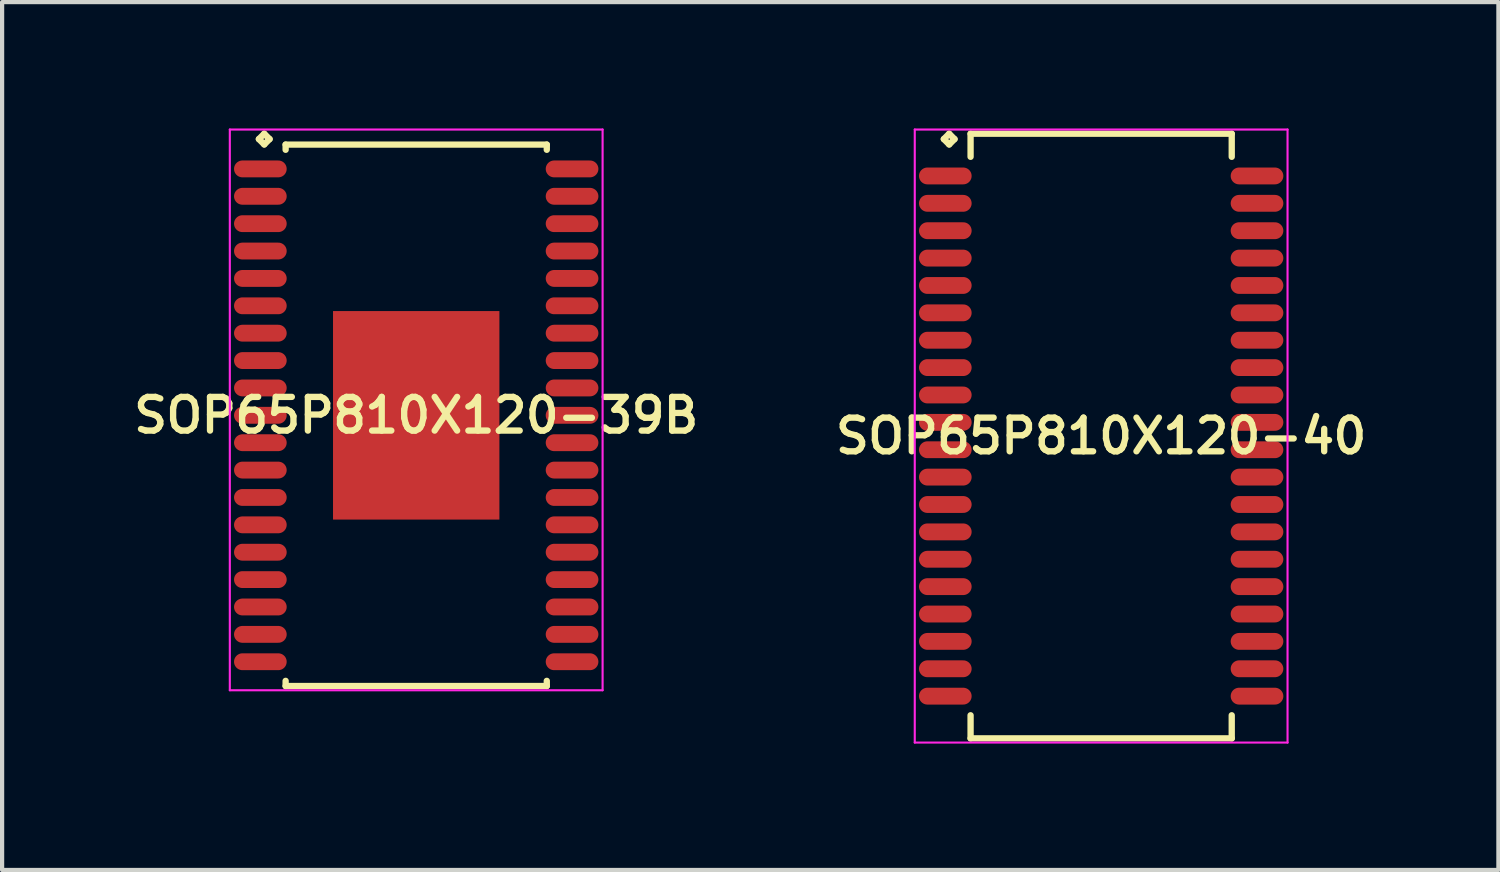
<source format=kicad_pcb>
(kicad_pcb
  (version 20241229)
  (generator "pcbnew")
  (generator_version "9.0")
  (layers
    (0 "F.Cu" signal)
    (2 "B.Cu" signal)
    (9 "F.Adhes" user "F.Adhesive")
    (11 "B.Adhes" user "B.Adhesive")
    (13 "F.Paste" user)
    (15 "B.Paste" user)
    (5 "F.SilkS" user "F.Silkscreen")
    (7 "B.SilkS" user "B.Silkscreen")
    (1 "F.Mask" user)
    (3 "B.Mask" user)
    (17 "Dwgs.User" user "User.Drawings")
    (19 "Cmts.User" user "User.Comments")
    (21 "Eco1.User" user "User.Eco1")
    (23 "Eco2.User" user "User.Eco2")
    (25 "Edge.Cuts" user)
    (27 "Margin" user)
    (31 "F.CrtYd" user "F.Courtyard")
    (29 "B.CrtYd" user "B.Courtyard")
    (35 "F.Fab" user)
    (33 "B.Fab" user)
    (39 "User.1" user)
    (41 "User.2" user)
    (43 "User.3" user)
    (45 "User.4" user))
  (footprint "SOP65P810X120-39B"
    (layer "F.Cu")
    (at 6.831 6.81)
    (property "Reference" "SOP65P810X120-39B" (at 0 0 0) (layer "F.SilkS") (effects (font (size 0.8 0.8) (thickness 0.15))))
    (attr smd)
    (fp_line (start -3.735 -6.558) (end -3.608 -6.685) (stroke (width 0.15) (type solid)) (layer "F.SilkS"))
    (fp_line (start -3.608 -6.685) (end -3.481 -6.558) (stroke (width 0.15) (type solid)) (layer "F.SilkS"))
    (fp_line (start -3.608 -6.431) (end -3.735 -6.558) (stroke (width 0.15) (type solid)) (layer "F.SilkS"))
    (fp_line (start -3.481 -6.558) (end -3.608 -6.431) (stroke (width 0.15) (type solid)) (layer "F.SilkS"))
    (fp_line (start -3.1 -6.427) (end 3.1 -6.427) (stroke (width 0.15) (type solid)) (layer "F.SilkS"))
    (fp_line (start -3.1 -6.304) (end -3.1 -6.427) (stroke (width 0.15) (type solid)) (layer "F.SilkS"))
    (fp_line (start -3.1 6.304) (end -3.1 6.427) (stroke (width 0.15) (type solid)) (layer "F.SilkS"))
    (fp_line (start -3.1 6.427) (end 3.1 6.427) (stroke (width 0.15) (type solid)) (layer "F.SilkS"))
    (fp_line (start 3.1 -6.427) (end 3.1 -6.304) (stroke (width 0.15) (type solid)) (layer "F.SilkS"))
    (fp_line (start 3.1 6.427) (end 3.1 6.304) (stroke (width 0.15) (type solid)) (layer "F.SilkS"))
    (fp_line (start -4.425 -6.785) (end 4.425 -6.785) (stroke (width 0.05) (type solid)) (layer "F.CrtYd"))
    (fp_line (start -4.425 6.527) (end -4.425 -6.785) (stroke (width 0.05) (type solid)) (layer "F.CrtYd"))
    (fp_line (start 4.425 -6.785) (end 4.425 6.527) (stroke (width 0.05) (type solid)) (layer "F.CrtYd"))
    (fp_line (start 4.425 6.527) (end -4.425 6.527) (stroke (width 0.05) (type solid)) (layer "F.CrtYd"))
    (pad "1" smd oval (at -3.7 -5.85) (size 1.25 0.4) (layers "F.Cu" "F.Mask" "F.Paste"))
    (pad "2" smd oval (at -3.7 -5.2) (size 1.25 0.4) (layers "F.Cu" "F.Mask" "F.Paste"))
    (pad "3" smd oval (at -3.7 -4.55) (size 1.25 0.4) (layers "F.Cu" "F.Mask" "F.Paste"))
    (pad "4" smd oval (at -3.7 -3.9) (size 1.25 0.4) (layers "F.Cu" "F.Mask" "F.Paste"))
    (pad "5" smd oval (at -3.7 -3.25) (size 1.25 0.4) (layers "F.Cu" "F.Mask" "F.Paste"))
    (pad "6" smd oval (at -3.7 -2.6) (size 1.25 0.4) (layers "F.Cu" "F.Mask" "F.Paste"))
    (pad "7" smd oval (at -3.7 -1.95) (size 1.25 0.4) (layers "F.Cu" "F.Mask" "F.Paste"))
    (pad "8" smd oval (at -3.7 -1.3) (size 1.25 0.4) (layers "F.Cu" "F.Mask" "F.Paste"))
    (pad "9" smd oval (at -3.7 -0.65) (size 1.25 0.4) (layers "F.Cu" "F.Mask" "F.Paste"))
    (pad "10" smd oval (at -3.7 0) (size 1.25 0.4) (layers "F.Cu" "F.Mask" "F.Paste"))
    (pad "11" smd oval (at -3.7 0.65) (size 1.25 0.4) (layers "F.Cu" "F.Mask" "F.Paste"))
    (pad "12" smd oval (at -3.7 1.3) (size 1.25 0.4) (layers "F.Cu" "F.Mask" "F.Paste"))
    (pad "13" smd oval (at -3.7 1.95) (size 1.25 0.4) (layers "F.Cu" "F.Mask" "F.Paste"))
    (pad "14" smd oval (at -3.7 2.6) (size 1.25 0.4) (layers "F.Cu" "F.Mask" "F.Paste"))
    (pad "15" smd oval (at -3.7 3.25) (size 1.25 0.4) (layers "F.Cu" "F.Mask" "F.Paste"))
    (pad "16" smd oval (at -3.7 3.9) (size 1.25 0.4) (layers "F.Cu" "F.Mask" "F.Paste"))
    (pad "17" smd oval (at -3.7 4.55) (size 1.25 0.4) (layers "F.Cu" "F.Mask" "F.Paste"))
    (pad "18" smd oval (at -3.7 5.2) (size 1.25 0.4) (layers "F.Cu" "F.Mask" "F.Paste"))
    (pad "19" smd oval (at -3.7 5.85) (size 1.25 0.4) (layers "F.Cu" "F.Mask" "F.Paste"))
    (pad "20" smd oval (at 3.7 5.85) (size 1.25 0.4) (layers "F.Cu" "F.Mask" "F.Paste"))
    (pad "21" smd oval (at 3.7 5.2) (size 1.25 0.4) (layers "F.Cu" "F.Mask" "F.Paste"))
    (pad "22" smd oval (at 3.7 4.55) (size 1.25 0.4) (layers "F.Cu" "F.Mask" "F.Paste"))
    (pad "23" smd oval (at 3.7 3.9) (size 1.25 0.4) (layers "F.Cu" "F.Mask" "F.Paste"))
    (pad "24" smd oval (at 3.7 3.25) (size 1.25 0.4) (layers "F.Cu" "F.Mask" "F.Paste"))
    (pad "25" smd oval (at 3.7 2.6) (size 1.25 0.4) (layers "F.Cu" "F.Mask" "F.Paste"))
    (pad "26" smd oval (at 3.7 1.95) (size 1.25 0.4) (layers "F.Cu" "F.Mask" "F.Paste"))
    (pad "27" smd oval (at 3.7 1.3) (size 1.25 0.4) (layers "F.Cu" "F.Mask" "F.Paste"))
    (pad "28" smd oval (at 3.7 0.65) (size 1.25 0.4) (layers "F.Cu" "F.Mask" "F.Paste"))
    (pad "29" smd oval (at 3.7 0) (size 1.25 0.4) (layers "F.Cu" "F.Mask" "F.Paste"))
    (pad "30" smd oval (at 3.7 -0.65) (size 1.25 0.4) (layers "F.Cu" "F.Mask" "F.Paste"))
    (pad "31" smd oval (at 3.7 -1.3) (size 1.25 0.4) (layers "F.Cu" "F.Mask" "F.Paste"))
    (pad "32" smd oval (at 3.7 -1.95) (size 1.25 0.4) (layers "F.Cu" "F.Mask" "F.Paste"))
    (pad "33" smd oval (at 3.7 -2.6) (size 1.25 0.4) (layers "F.Cu" "F.Mask" "F.Paste"))
    (pad "34" smd oval (at 3.7 -3.25) (size 1.25 0.4) (layers "F.Cu" "F.Mask" "F.Paste"))
    (pad "35" smd oval (at 3.7 -3.9) (size 1.25 0.4) (layers "F.Cu" "F.Mask" "F.Paste"))
    (pad "36" smd oval (at 3.7 -4.55) (size 1.25 0.4) (layers "F.Cu" "F.Mask" "F.Paste"))
    (pad "37" smd oval (at 3.7 -5.2) (size 1.25 0.4) (layers "F.Cu" "F.Mask" "F.Paste"))
    (pad "38" smd oval (at 3.7 -5.85) (size 1.25 0.4) (layers "F.Cu" "F.Mask" "F.Paste"))
    (pad "39" smd rect (at 0 0) (size 3.95 4.95) (layers "F.Cu" "F.Mask" "F.Paste")))
  (footprint "SOP65P810X120-40"
    (layer "F.Cu")
    (at 23.092 7.302)
    (property "Reference" "SOP65P810X120-40" (at 0 0 0) (layer "F.SilkS") (effects (font (size 0.8 0.8) (thickness 0.15))))
    (attr smd)
    (fp_line (start -3.735 -7.05) (end -3.608 -7.177) (stroke (width 0.15) (type solid)) (layer "F.SilkS"))
    (fp_line (start -3.608 -7.177) (end -3.481 -7.05) (stroke (width 0.15) (type solid)) (layer "F.SilkS"))
    (fp_line (start -3.608 -6.923) (end -3.735 -7.05) (stroke (width 0.15) (type solid)) (layer "F.SilkS"))
    (fp_line (start -3.481 -7.05) (end -3.608 -6.923) (stroke (width 0.15) (type solid)) (layer "F.SilkS"))
    (fp_line (start -3.1 -7.177) (end 3.1 -7.177) (stroke (width 0.15) (type solid)) (layer "F.SilkS"))
    (fp_line (start -3.1 -6.629) (end -3.1 -7.177) (stroke (width 0.15) (type solid)) (layer "F.SilkS"))
    (fp_line (start -3.1 6.629) (end -3.1 7.177) (stroke (width 0.15) (type solid)) (layer "F.SilkS"))
    (fp_line (start -3.1 7.177) (end 3.1 7.177) (stroke (width 0.15) (type solid)) (layer "F.SilkS"))
    (fp_line (start 3.1 -7.177) (end 3.1 -6.629) (stroke (width 0.15) (type solid)) (layer "F.SilkS"))
    (fp_line (start 3.1 7.177) (end 3.1 6.629) (stroke (width 0.15) (type solid)) (layer "F.SilkS"))
    (fp_line (start -4.425 -7.277) (end 4.425 -7.277) (stroke (width 0.05) (type solid)) (layer "F.CrtYd"))
    (fp_line (start -4.425 7.277) (end -4.425 -7.277) (stroke (width 0.05) (type solid)) (layer "F.CrtYd"))
    (fp_line (start 4.425 -7.277) (end 4.425 7.277) (stroke (width 0.05) (type solid)) (layer "F.CrtYd"))
    (fp_line (start 4.425 7.277) (end -4.425 7.277) (stroke (width 0.05) (type solid)) (layer "F.CrtYd"))
    (pad "1" smd oval (at -3.7 -6.175) (size 1.25 0.4) (layers "F.Cu" "F.Mask" "F.Paste"))
    (pad "2" smd oval (at -3.7 -5.525) (size 1.25 0.4) (layers "F.Cu" "F.Mask" "F.Paste"))
    (pad "3" smd oval (at -3.7 -4.875) (size 1.25 0.4) (layers "F.Cu" "F.Mask" "F.Paste"))
    (pad "4" smd oval (at -3.7 -4.225) (size 1.25 0.4) (layers "F.Cu" "F.Mask" "F.Paste"))
    (pad "5" smd oval (at -3.7 -3.575) (size 1.25 0.4) (layers "F.Cu" "F.Mask" "F.Paste"))
    (pad "6" smd oval (at -3.7 -2.925) (size 1.25 0.4) (layers "F.Cu" "F.Mask" "F.Paste"))
    (pad "7" smd oval (at -3.7 -2.275) (size 1.25 0.4) (layers "F.Cu" "F.Mask" "F.Paste"))
    (pad "8" smd oval (at -3.7 -1.625) (size 1.25 0.4) (layers "F.Cu" "F.Mask" "F.Paste"))
    (pad "9" smd oval (at -3.7 -0.975) (size 1.25 0.4) (layers "F.Cu" "F.Mask" "F.Paste"))
    (pad "10" smd oval (at -3.7 -0.325) (size 1.25 0.4) (layers "F.Cu" "F.Mask" "F.Paste"))
    (pad "11" smd oval (at -3.7 0.325) (size 1.25 0.4) (layers "F.Cu" "F.Mask" "F.Paste"))
    (pad "12" smd oval (at -3.7 0.975) (size 1.25 0.4) (layers "F.Cu" "F.Mask" "F.Paste"))
    (pad "13" smd oval (at -3.7 1.625) (size 1.25 0.4) (layers "F.Cu" "F.Mask" "F.Paste"))
    (pad "14" smd oval (at -3.7 2.275) (size 1.25 0.4) (layers "F.Cu" "F.Mask" "F.Paste"))
    (pad "15" smd oval (at -3.7 2.925) (size 1.25 0.4) (layers "F.Cu" "F.Mask" "F.Paste"))
    (pad "16" smd oval (at -3.7 3.575) (size 1.25 0.4) (layers "F.Cu" "F.Mask" "F.Paste"))
    (pad "17" smd oval (at -3.7 4.225) (size 1.25 0.4) (layers "F.Cu" "F.Mask" "F.Paste"))
    (pad "18" smd oval (at -3.7 4.875) (size 1.25 0.4) (layers "F.Cu" "F.Mask" "F.Paste"))
    (pad "19" smd oval (at -3.7 5.525) (size 1.25 0.4) (layers "F.Cu" "F.Mask" "F.Paste"))
    (pad "20" smd oval (at -3.7 6.175) (size 1.25 0.4) (layers "F.Cu" "F.Mask" "F.Paste"))
    (pad "21" smd oval (at 3.7 6.175) (size 1.25 0.4) (layers "F.Cu" "F.Mask" "F.Paste"))
    (pad "22" smd oval (at 3.7 5.525) (size 1.25 0.4) (layers "F.Cu" "F.Mask" "F.Paste"))
    (pad "23" smd oval (at 3.7 4.875) (size 1.25 0.4) (layers "F.Cu" "F.Mask" "F.Paste"))
    (pad "24" smd oval (at 3.7 4.225) (size 1.25 0.4) (layers "F.Cu" "F.Mask" "F.Paste"))
    (pad "25" smd oval (at 3.7 3.575) (size 1.25 0.4) (layers "F.Cu" "F.Mask" "F.Paste"))
    (pad "26" smd oval (at 3.7 2.925) (size 1.25 0.4) (layers "F.Cu" "F.Mask" "F.Paste"))
    (pad "27" smd oval (at 3.7 2.275) (size 1.25 0.4) (layers "F.Cu" "F.Mask" "F.Paste"))
    (pad "28" smd oval (at 3.7 1.625) (size 1.25 0.4) (layers "F.Cu" "F.Mask" "F.Paste"))
    (pad "29" smd oval (at 3.7 0.975) (size 1.25 0.4) (layers "F.Cu" "F.Mask" "F.Paste"))
    (pad "30" smd oval (at 3.7 0.325) (size 1.25 0.4) (layers "F.Cu" "F.Mask" "F.Paste"))
    (pad "31" smd oval (at 3.7 -0.325) (size 1.25 0.4) (layers "F.Cu" "F.Mask" "F.Paste"))
    (pad "32" smd oval (at 3.7 -0.975) (size 1.25 0.4) (layers "F.Cu" "F.Mask" "F.Paste"))
    (pad "33" smd oval (at 3.7 -1.625) (size 1.25 0.4) (layers "F.Cu" "F.Mask" "F.Paste"))
    (pad "34" smd oval (at 3.7 -2.275) (size 1.25 0.4) (layers "F.Cu" "F.Mask" "F.Paste"))
    (pad "35" smd oval (at 3.7 -2.925) (size 1.25 0.4) (layers "F.Cu" "F.Mask" "F.Paste"))
    (pad "36" smd oval (at 3.7 -3.575) (size 1.25 0.4) (layers "F.Cu" "F.Mask" "F.Paste"))
    (pad "37" smd oval (at 3.7 -4.225) (size 1.25 0.4) (layers "F.Cu" "F.Mask" "F.Paste"))
    (pad "38" smd oval (at 3.7 -4.875) (size 1.25 0.4) (layers "F.Cu" "F.Mask" "F.Paste"))
    (pad "39" smd oval (at 3.7 -5.525) (size 1.25 0.4) (layers "F.Cu" "F.Mask" "F.Paste"))
    (pad "40" smd oval (at 3.7 -6.175) (size 1.25 0.4) (layers "F.Cu" "F.Mask" "F.Paste")))
  (gr_rect
    (start -3 -3)
    (end 32.523 17.604)
    (stroke (width 0.1) (type default))
    (fill no)
    (layer "Edge.Cuts")))
</source>
